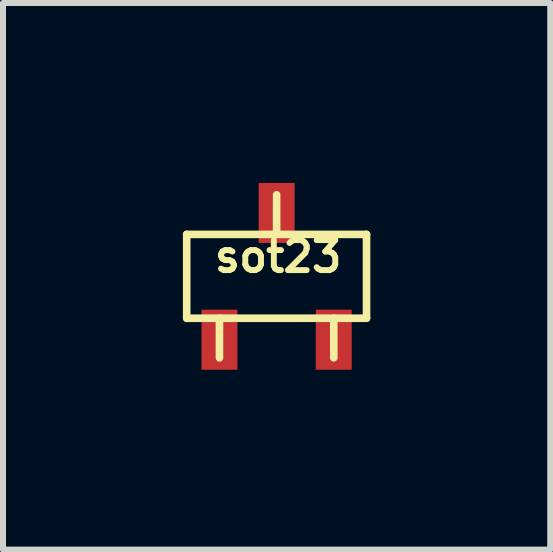
<source format=kicad_pcb>
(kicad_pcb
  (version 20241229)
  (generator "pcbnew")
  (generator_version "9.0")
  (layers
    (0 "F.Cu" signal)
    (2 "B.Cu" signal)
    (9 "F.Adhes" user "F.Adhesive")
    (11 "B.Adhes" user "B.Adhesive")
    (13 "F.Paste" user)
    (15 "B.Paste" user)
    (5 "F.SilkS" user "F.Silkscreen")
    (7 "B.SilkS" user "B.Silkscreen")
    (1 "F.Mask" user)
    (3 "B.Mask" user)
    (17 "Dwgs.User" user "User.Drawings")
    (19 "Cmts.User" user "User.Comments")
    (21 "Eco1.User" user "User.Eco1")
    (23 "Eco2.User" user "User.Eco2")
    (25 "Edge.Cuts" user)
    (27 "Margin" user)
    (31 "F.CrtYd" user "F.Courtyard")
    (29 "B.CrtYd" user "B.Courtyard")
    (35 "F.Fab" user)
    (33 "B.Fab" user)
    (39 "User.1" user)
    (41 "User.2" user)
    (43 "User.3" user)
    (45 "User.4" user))
  (footprint "sot23"
    (layer "F.Cu")
    (at 1.562 1.557)
    (property "Reference" "sot23" (at 0.025 -0.33 0) (layer "F.SilkS") (effects (font (size 0.5 0.5) (thickness 0.099))))
    (attr through_hole)
    (fp_line (start -1.499 -0.699) (end 1.499 -0.699) (stroke (width 0.127) (type solid)) (layer "F.SilkS"))
    (fp_line (start -1.499 0.699) (end -1.499 -0.699) (stroke (width 0.127) (type solid)) (layer "F.SilkS"))
    (fp_line (start -0.953 0.699) (end -0.953 1.359) (stroke (width 0.127) (type solid)) (layer "F.SilkS"))
    (fp_line (start 0 -0.699) (end 0 -1.359) (stroke (width 0.127) (type solid)) (layer "F.SilkS"))
    (fp_line (start 0.953 0.699) (end 0.953 1.359) (stroke (width 0.127) (type solid)) (layer "F.SilkS"))
    (fp_line (start 1.499 -0.699) (end 1.499 0.699) (stroke (width 0.127) (type solid)) (layer "F.SilkS"))
    (fp_line (start 1.499 0.699) (end -1.499 0.699) (stroke (width 0.127) (type solid)) (layer "F.SilkS"))
    (pad "1" smd rect (at -0.953 1.057) (size 0.599 1.001) (layers "F.Cu" "F.Mask" "F.Paste"))
    (pad "2" smd rect (at 0 -1.057) (size 0.599 1.001) (layers "F.Cu" "F.Mask" "F.Paste"))
    (pad "3" smd rect (at 0.953 1.057) (size 0.599 1.001) (layers "F.Cu" "F.Mask" "F.Paste")))
  (gr_rect
    (start -3 -3)
    (end 6.124 6.114)
    (stroke (width 0.1) (type default))
    (fill no)
    (layer "Edge.Cuts")))
</source>
